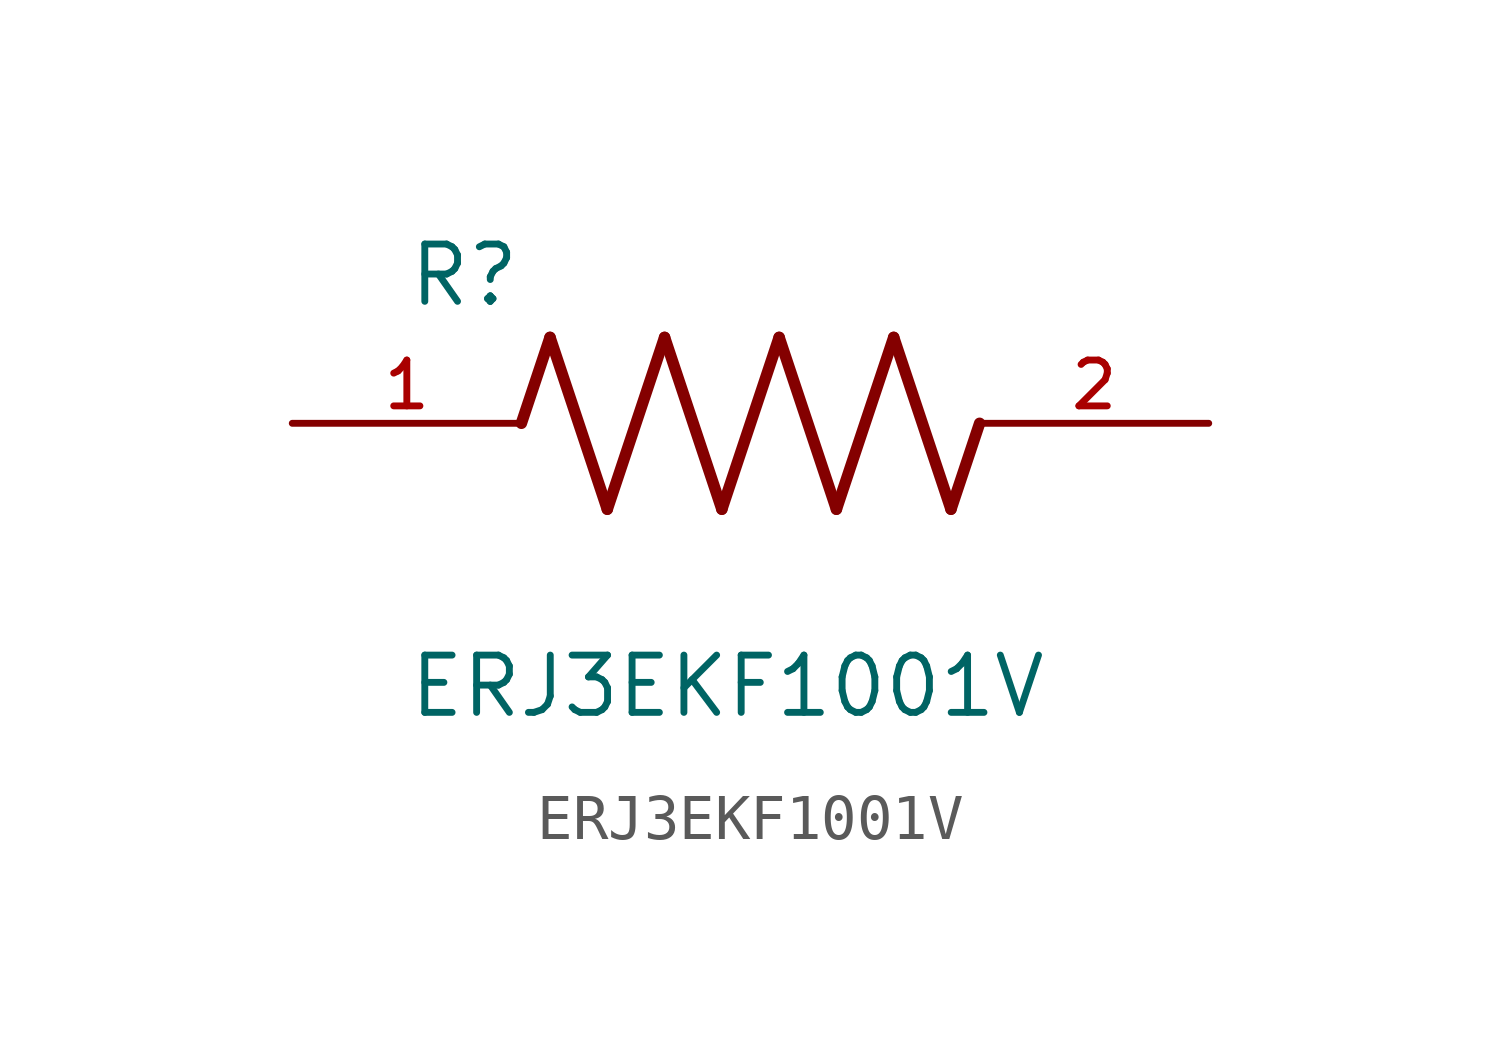
<source format=kicad_sym>
(kicad_symbol_lib
  (version 20211014)
  (generator kicad_symbol_editor)
  (symbol "ERJ3EKF1001V"
    (pin_names
      (offset 1.016))
    (property "Reference" "R"
      (at -7.624 2.541 0)
      (effects (font (size 1.27 1.27)) (justify bottom left)))
    (property "Value" "ERJ3EKF1001V"
      (at -7.624 -5.087 0)
      (effects (font (size 1.27 1.27)) (justify top left)))
    (symbol "ERJ3EKF1001V_0_0"
      (polyline (pts (xy -5.08 0.0) (xy -4.445 1.905)) (stroke (width 0.254)))
      (polyline (pts (xy -4.445 1.905) (xy -3.175 -1.905)) (stroke (width 0.254)))
      (polyline (pts (xy -3.175 -1.905) (xy -1.905 1.905)) (stroke (width 0.254)))
      (polyline (pts (xy -1.905 1.905) (xy -0.635 -1.905)) (stroke (width 0.254)))
      (polyline (pts (xy -0.635 -1.905) (xy 0.635 1.905)) (stroke (width 0.254)))
      (polyline (pts (xy 0.635 1.905) (xy 1.905 -1.905)) (stroke (width 0.254)))
      (polyline (pts (xy 1.905 -1.905) (xy 3.175 1.905)) (stroke (width 0.254)))
      (polyline (pts (xy 3.175 1.905) (xy 4.445 -1.905)) (stroke (width 0.254)))
      (polyline (pts (xy 4.445 -1.905) (xy 5.08 0.0)) (stroke (width 0.254)))
      (pin passive line (at -10.16 0.0 0) (length 5.08) (name "~" (effects (font (size 1.016 1.016)))) (number "1" (effects (font (size 1.016 1.016)))))
      (pin passive line (at 10.16 0.0 180.0) (length 5.08) (name "~" (effects (font (size 1.016 1.016)))) (number "2" (effects (font (size 1.016 1.016))))))))
</source>
